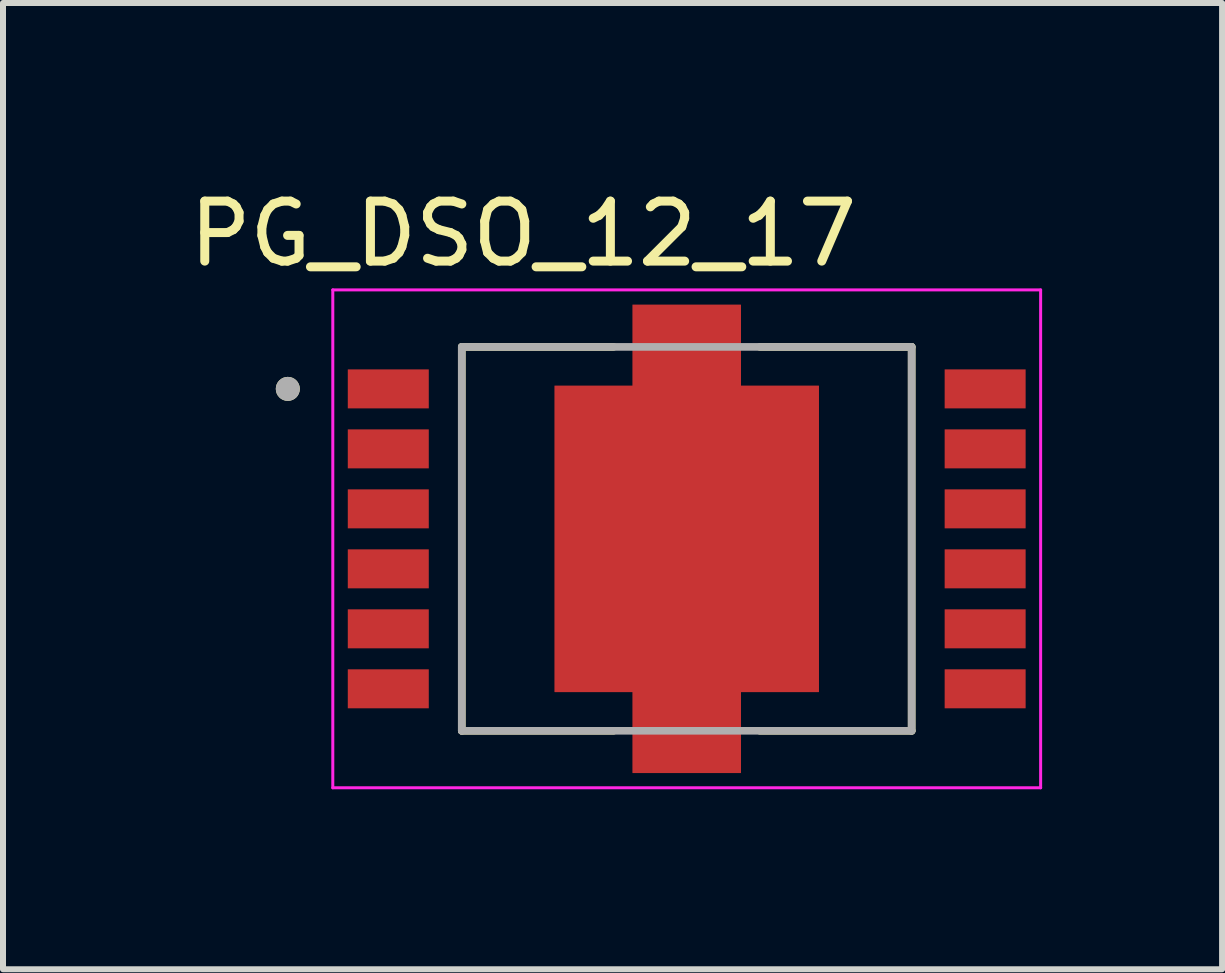
<source format=kicad_pcb>
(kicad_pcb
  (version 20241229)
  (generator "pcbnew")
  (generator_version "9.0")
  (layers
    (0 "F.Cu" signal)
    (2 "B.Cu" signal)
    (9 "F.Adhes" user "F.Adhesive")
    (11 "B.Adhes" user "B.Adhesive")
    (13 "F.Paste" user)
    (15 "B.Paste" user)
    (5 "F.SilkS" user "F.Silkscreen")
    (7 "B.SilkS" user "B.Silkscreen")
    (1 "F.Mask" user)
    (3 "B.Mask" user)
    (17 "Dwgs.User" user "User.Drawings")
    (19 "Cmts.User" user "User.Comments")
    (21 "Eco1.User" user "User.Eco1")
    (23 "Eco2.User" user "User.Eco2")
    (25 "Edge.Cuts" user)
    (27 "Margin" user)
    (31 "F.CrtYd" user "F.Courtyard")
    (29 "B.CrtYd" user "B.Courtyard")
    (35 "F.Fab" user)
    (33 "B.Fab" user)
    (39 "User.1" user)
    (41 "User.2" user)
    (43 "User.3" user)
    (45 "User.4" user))
  (footprint "PG_DSO_12_17"
    (layer "F.Cu")
    (at 8.398 5.933)
    (property "Reference" "PG_DSO_12_17" (at -2.725 -5.085 0) (layer "F.SilkS") (effects (font (size 1 1) (thickness 0.15))))
    (attr smd)
    (fp_poly (pts (xy -1 -4) (xy 1 -4) (xy 1 -2.65) (xy 2.3 -2.65) (xy 2.3 2.65) (xy 1 2.65) (xy 1 4) (xy -1 4) (xy -1 2.65) (xy -2.3 2.65) (xy -2.3 -2.65) (xy -1 -2.65)) (stroke (width 0.01) (type solid)) (fill yes) (layer "F.Mask"))
    (fp_line (start -3.75 -3.2) (end -1.22 -3.2) (stroke (width 0.127) (type solid)) (layer "F.SilkS"))
    (fp_line (start -3.75 3.2) (end -3.75 -3.2) (stroke (width 0.127) (type solid)) (layer "F.SilkS"))
    (fp_line (start -3.75 3.2) (end -1.22 3.2) (stroke (width 0.127) (type solid)) (layer "F.SilkS"))
    (fp_line (start 1.22 -3.2) (end 3.75 -3.2) (stroke (width 0.127) (type solid)) (layer "F.SilkS"))
    (fp_line (start 1.22 3.2) (end 3.75 3.2) (stroke (width 0.127) (type solid)) (layer "F.SilkS"))
    (fp_line (start 3.75 3.2) (end 3.75 -3.2) (stroke (width 0.127) (type solid)) (layer "F.SilkS"))
    (fp_circle (center -6.65 -2.5) (end -6.55 -2.5) (stroke (width 0.2) (type solid)) (fill no) (layer "F.SilkS"))
    (fp_poly (pts (xy -2.1 -2.45) (xy -0.2 -2.45) (xy -0.2 -0.2) (xy -2.1 -0.2)) (stroke (width 0.01) (type solid)) (fill yes) (layer "F.Paste"))
    (fp_poly (pts (xy -2.1 0.2) (xy -0.2 0.2) (xy -0.2 2.45) (xy -2.1 2.45)) (stroke (width 0.01) (type solid)) (fill yes) (layer "F.Paste"))
    (fp_poly (pts (xy -0.8 -3.8) (xy 0.8 -3.8) (xy 0.8 -2.85) (xy -0.8 -2.85)) (stroke (width 0.01) (type solid)) (fill yes) (layer "F.Paste"))
    (fp_poly (pts (xy -0.8 2.85) (xy 0.8 2.85) (xy 0.8 3.8) (xy -0.8 3.8)) (stroke (width 0.01) (type solid)) (fill yes) (layer "F.Paste"))
    (fp_poly (pts (xy 0.2 -2.45) (xy 2.1 -2.45) (xy 2.1 -0.2) (xy 0.2 -0.2)) (stroke (width 0.01) (type solid)) (fill yes) (layer "F.Paste"))
    (fp_poly (pts (xy 0.2 0.2) (xy 2.1 0.2) (xy 2.1 2.45) (xy 0.2 2.45)) (stroke (width 0.01) (type solid)) (fill yes) (layer "F.Paste"))
    (fp_line (start -5.9 -4.15) (end -5.9 4.15) (stroke (width 0.05) (type solid)) (layer "F.CrtYd"))
    (fp_line (start -5.9 4.15) (end 5.9 4.15) (stroke (width 0.05) (type solid)) (layer "F.CrtYd"))
    (fp_line (start 5.9 -4.15) (end -5.9 -4.15) (stroke (width 0.05) (type solid)) (layer "F.CrtYd"))
    (fp_line (start 5.9 4.15) (end 5.9 -4.15) (stroke (width 0.05) (type solid)) (layer "F.CrtYd"))
    (fp_line (start -3.75 -3.2) (end 3.75 -3.2) (stroke (width 0.127) (type solid)) (layer "F.Fab"))
    (fp_line (start -3.75 3.2) (end -3.75 -3.2) (stroke (width 0.127) (type solid)) (layer "F.Fab"))
    (fp_line (start -3.75 3.2) (end 3.75 3.2) (stroke (width 0.127) (type solid)) (layer "F.Fab"))
    (fp_line (start 3.75 3.2) (end 3.75 -3.2) (stroke (width 0.127) (type solid)) (layer "F.Fab"))
    (fp_circle (center -6.65 -2.5) (end -6.55 -2.5) (stroke (width 0.2) (type solid)) (fill no) (layer "F.Fab"))
    (pad "1" smd rect (at -4.975 -2.5) (size 1.35 0.65) (layers "F.Cu" "F.Mask" "F.Paste"))
    (pad "2" smd rect (at -4.975 -1.5) (size 1.35 0.65) (layers "F.Cu" "F.Mask" "F.Paste"))
    (pad "3" smd rect (at -4.975 -0.5) (size 1.35 0.65) (layers "F.Cu" "F.Mask" "F.Paste"))
    (pad "4" smd rect (at -4.975 0.5) (size 1.35 0.65) (layers "F.Cu" "F.Mask" "F.Paste"))
    (pad "5" smd rect (at -4.975 1.5) (size 1.35 0.65) (layers "F.Cu" "F.Mask" "F.Paste"))
    (pad "6" smd rect (at -4.975 2.5) (size 1.35 0.65) (layers "F.Cu" "F.Mask" "F.Paste"))
    (pad "7" smd rect (at 4.975 2.5) (size 1.35 0.65) (layers "F.Cu" "F.Mask" "F.Paste"))
    (pad "8" smd rect (at 4.975 1.5) (size 1.35 0.65) (layers "F.Cu" "F.Mask" "F.Paste"))
    (pad "9" smd rect (at 4.975 0.5) (size 1.35 0.65) (layers "F.Cu" "F.Mask" "F.Paste"))
    (pad "10" smd rect (at 4.975 -0.5) (size 1.35 0.65) (layers "F.Cu" "F.Mask" "F.Paste"))
    (pad "11" smd rect (at 4.975 -1.5) (size 1.35 0.65) (layers "F.Cu" "F.Mask" "F.Paste"))
    (pad "12" smd rect (at 4.975 -2.5) (size 1.35 0.65) (layers "F.Cu" "F.Mask" "F.Paste"))
    (pad "13" smd custom (at 0 0) (size 0.5 0.5) (layers "F.Cu") (options (anchor rect)) (primitives (gr_poly (pts (xy -0.9 -3.9) (xy 0.9 -3.9) (xy 0.9 -2.55) (xy 2.2 -2.55) (xy 2.2 2.55) (xy 0.9 2.55) (xy 0.9 3.9) (xy -0.9 3.9) (xy -0.9 2.55) (xy -2.2 2.55) (xy -2.2 -2.55) (xy -0.9 -2.55)) (width 0.01) (fill yes)))))
  (gr_rect
    (start -3 -3)
    (end 17.323 13.108)
    (stroke (width 0.1) (type default))
    (fill no)
    (layer "Edge.Cuts")))
</source>
